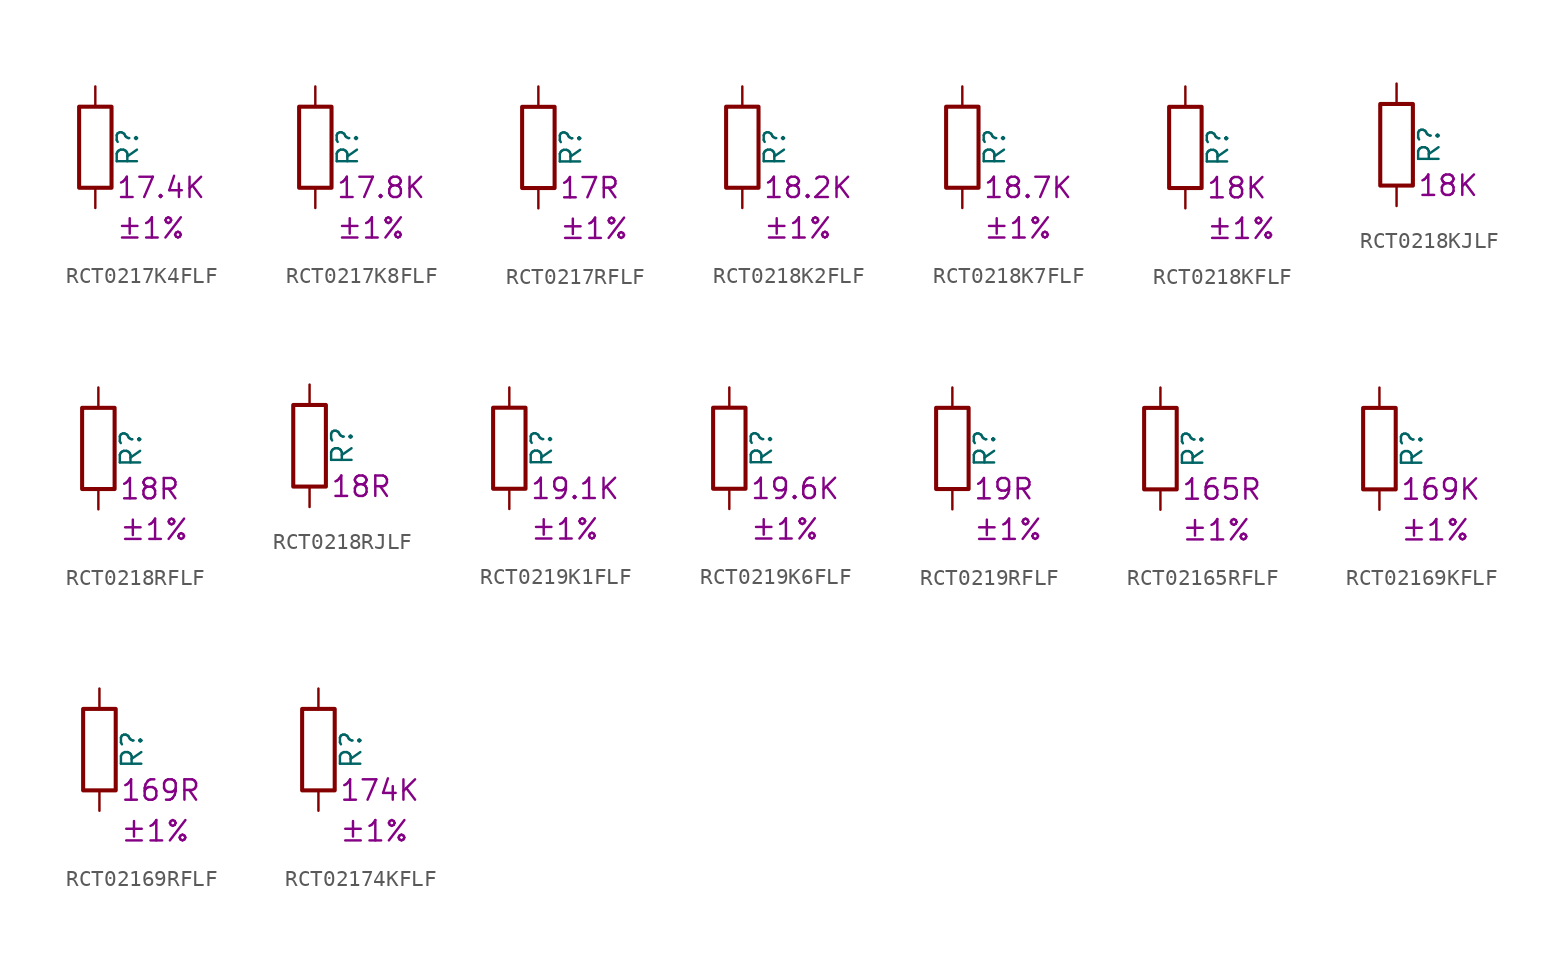
<source format=kicad_sym>
(kicad_symbol_lib
  (version 20220914)
  (generator kicad_symbol_editor)
  (symbol "RCT0217K4FLF"
    (pin_numbers hide)
    (pin_names
      (offset 0))
    (property "Reference" "R"
      (at 2.032 0 90)
      (effects (font (size 1.27 1.27))))
    (property "Resistance" "17.4K"
      (at 1.27 -2.54 0)
      (effects (font (size 1.27 1.27)) (justify left)))
    (property "Tolerance" "±1%"
      (at 1.27 -5.08 0)
      (effects (font (size 1.27 1.27)) (justify left)))
    (symbol "RCT0217K4FLF_0_1"
      (rectangle (start -1.016 -2.54) (end 1.016 2.54) (stroke (width 0.254) (type default)) (fill (type none))))
    (symbol "RCT0217K4FLF_1_1"
      (pin passive line (at 0 3.81 270) (length 1.27) (name "~" (effects (font (size 1.27 1.27)))) (number "1" (effects (font (size 1.27 1.27)))))
      (pin passive line (at 0 -3.81 90) (length 1.27) (name "~" (effects (font (size 1.27 1.27)))) (number "2" (effects (font (size 1.27 1.27)))))))
  (symbol "RCT0217K8FLF"
    (pin_numbers hide)
    (pin_names
      (offset 0))
    (property "Reference" "R"
      (at 2.032 0 90)
      (effects (font (size 1.27 1.27))))
    (property "Resistance" "17.8K"
      (at 1.27 -2.54 0)
      (effects (font (size 1.27 1.27)) (justify left)))
    (property "Tolerance" "±1%"
      (at 1.27 -5.08 0)
      (effects (font (size 1.27 1.27)) (justify left)))
    (symbol "RCT0217K8FLF_0_1"
      (rectangle (start -1.016 -2.54) (end 1.016 2.54) (stroke (width 0.254) (type default)) (fill (type none))))
    (symbol "RCT0217K8FLF_1_1"
      (pin passive line (at 0 3.81 270) (length 1.27) (name "~" (effects (font (size 1.27 1.27)))) (number "1" (effects (font (size 1.27 1.27)))))
      (pin passive line (at 0 -3.81 90) (length 1.27) (name "~" (effects (font (size 1.27 1.27)))) (number "2" (effects (font (size 1.27 1.27)))))))
  (symbol "RCT0217RFLF"
    (pin_numbers hide)
    (pin_names
      (offset 0))
    (property "Reference" "R"
      (at 2.032 0 90)
      (effects (font (size 1.27 1.27))))
    (property "Resistance" "17R"
      (at 1.27 -2.54 0)
      (effects (font (size 1.27 1.27)) (justify left)))
    (property "Tolerance" "±1%"
      (at 1.27 -5.08 0)
      (effects (font (size 1.27 1.27)) (justify left)))
    (symbol "RCT0217RFLF_0_1"
      (rectangle (start -1.016 -2.54) (end 1.016 2.54) (stroke (width 0.254) (type default)) (fill (type none))))
    (symbol "RCT0217RFLF_1_1"
      (pin passive line (at 0 3.81 270) (length 1.27) (name "~" (effects (font (size 1.27 1.27)))) (number "1" (effects (font (size 1.27 1.27)))))
      (pin passive line (at 0 -3.81 90) (length 1.27) (name "~" (effects (font (size 1.27 1.27)))) (number "2" (effects (font (size 1.27 1.27)))))))
  (symbol "RCT0218K2FLF"
    (pin_numbers hide)
    (pin_names
      (offset 0))
    (property "Reference" "R"
      (at 2.032 0 90)
      (effects (font (size 1.27 1.27))))
    (property "Resistance" "18.2K"
      (at 1.27 -2.54 0)
      (effects (font (size 1.27 1.27)) (justify left)))
    (property "Tolerance" "±1%"
      (at 1.27 -5.08 0)
      (effects (font (size 1.27 1.27)) (justify left)))
    (symbol "RCT0218K2FLF_0_1"
      (rectangle (start -1.016 -2.54) (end 1.016 2.54) (stroke (width 0.254) (type default)) (fill (type none))))
    (symbol "RCT0218K2FLF_1_1"
      (pin passive line (at 0 3.81 270) (length 1.27) (name "~" (effects (font (size 1.27 1.27)))) (number "1" (effects (font (size 1.27 1.27)))))
      (pin passive line (at 0 -3.81 90) (length 1.27) (name "~" (effects (font (size 1.27 1.27)))) (number "2" (effects (font (size 1.27 1.27)))))))
  (symbol "RCT0218K7FLF"
    (pin_numbers hide)
    (pin_names
      (offset 0))
    (property "Reference" "R"
      (at 2.032 0 90)
      (effects (font (size 1.27 1.27))))
    (property "Resistance" "18.7K"
      (at 1.27 -2.54 0)
      (effects (font (size 1.27 1.27)) (justify left)))
    (property "Tolerance" "±1%"
      (at 1.27 -5.08 0)
      (effects (font (size 1.27 1.27)) (justify left)))
    (symbol "RCT0218K7FLF_0_1"
      (rectangle (start -1.016 -2.54) (end 1.016 2.54) (stroke (width 0.254) (type default)) (fill (type none))))
    (symbol "RCT0218K7FLF_1_1"
      (pin passive line (at 0 3.81 270) (length 1.27) (name "~" (effects (font (size 1.27 1.27)))) (number "1" (effects (font (size 1.27 1.27)))))
      (pin passive line (at 0 -3.81 90) (length 1.27) (name "~" (effects (font (size 1.27 1.27)))) (number "2" (effects (font (size 1.27 1.27)))))))
  (symbol "RCT0218KFLF"
    (pin_numbers hide)
    (pin_names
      (offset 0))
    (property "Reference" "R"
      (at 2.032 0 90)
      (effects (font (size 1.27 1.27))))
    (property "Resistance" "18K"
      (at 1.27 -2.54 0)
      (effects (font (size 1.27 1.27)) (justify left)))
    (property "Tolerance" "±1%"
      (at 1.27 -5.08 0)
      (effects (font (size 1.27 1.27)) (justify left)))
    (symbol "RCT0218KFLF_0_1"
      (rectangle (start -1.016 -2.54) (end 1.016 2.54) (stroke (width 0.254) (type default)) (fill (type none))))
    (symbol "RCT0218KFLF_1_1"
      (pin passive line (at 0 3.81 270) (length 1.27) (name "~" (effects (font (size 1.27 1.27)))) (number "1" (effects (font (size 1.27 1.27)))))
      (pin passive line (at 0 -3.81 90) (length 1.27) (name "~" (effects (font (size 1.27 1.27)))) (number "2" (effects (font (size 1.27 1.27)))))))
  (symbol "RCT0218KJLF"
    (pin_numbers hide)
    (pin_names
      (offset 0))
    (property "Reference" "R"
      (at 2.032 0 90)
      (effects (font (size 1.27 1.27))))
    (property "Resistance" "18K"
      (at 1.27 -2.54 0)
      (effects (font (size 1.27 1.27)) (justify left)))
    (symbol "RCT0218KJLF_0_1"
      (rectangle (start -1.016 -2.54) (end 1.016 2.54) (stroke (width 0.254) (type default)) (fill (type none))))
    (symbol "RCT0218KJLF_1_1"
      (pin passive line (at 0 3.81 270) (length 1.27) (name "~" (effects (font (size 1.27 1.27)))) (number "1" (effects (font (size 1.27 1.27)))))
      (pin passive line (at 0 -3.81 90) (length 1.27) (name "~" (effects (font (size 1.27 1.27)))) (number "2" (effects (font (size 1.27 1.27)))))))
  (symbol "RCT0218RFLF"
    (pin_numbers hide)
    (pin_names
      (offset 0))
    (property "Reference" "R"
      (at 2.032 0 90)
      (effects (font (size 1.27 1.27))))
    (property "Resistance" "18R"
      (at 1.27 -2.54 0)
      (effects (font (size 1.27 1.27)) (justify left)))
    (property "Tolerance" "±1%"
      (at 1.27 -5.08 0)
      (effects (font (size 1.27 1.27)) (justify left)))
    (symbol "RCT0218RFLF_0_1"
      (rectangle (start -1.016 -2.54) (end 1.016 2.54) (stroke (width 0.254) (type default)) (fill (type none))))
    (symbol "RCT0218RFLF_1_1"
      (pin passive line (at 0 3.81 270) (length 1.27) (name "~" (effects (font (size 1.27 1.27)))) (number "1" (effects (font (size 1.27 1.27)))))
      (pin passive line (at 0 -3.81 90) (length 1.27) (name "~" (effects (font (size 1.27 1.27)))) (number "2" (effects (font (size 1.27 1.27)))))))
  (symbol "RCT0218RJLF"
    (pin_numbers hide)
    (pin_names
      (offset 0))
    (property "Reference" "R"
      (at 2.032 0 90)
      (effects (font (size 1.27 1.27))))
    (property "Resistance" "18R"
      (at 1.27 -2.54 0)
      (effects (font (size 1.27 1.27)) (justify left)))
    (symbol "RCT0218RJLF_0_1"
      (rectangle (start -1.016 -2.54) (end 1.016 2.54) (stroke (width 0.254) (type default)) (fill (type none))))
    (symbol "RCT0218RJLF_1_1"
      (pin passive line (at 0 3.81 270) (length 1.27) (name "~" (effects (font (size 1.27 1.27)))) (number "1" (effects (font (size 1.27 1.27)))))
      (pin passive line (at 0 -3.81 90) (length 1.27) (name "~" (effects (font (size 1.27 1.27)))) (number "2" (effects (font (size 1.27 1.27)))))))
  (symbol "RCT0219K1FLF"
    (pin_numbers hide)
    (pin_names
      (offset 0))
    (property "Reference" "R"
      (at 2.032 0 90)
      (effects (font (size 1.27 1.27))))
    (property "Resistance" "19.1K"
      (at 1.27 -2.54 0)
      (effects (font (size 1.27 1.27)) (justify left)))
    (property "Tolerance" "±1%"
      (at 1.27 -5.08 0)
      (effects (font (size 1.27 1.27)) (justify left)))
    (symbol "RCT0219K1FLF_0_1"
      (rectangle (start -1.016 -2.54) (end 1.016 2.54) (stroke (width 0.254) (type default)) (fill (type none))))
    (symbol "RCT0219K1FLF_1_1"
      (pin passive line (at 0 3.81 270) (length 1.27) (name "~" (effects (font (size 1.27 1.27)))) (number "1" (effects (font (size 1.27 1.27)))))
      (pin passive line (at 0 -3.81 90) (length 1.27) (name "~" (effects (font (size 1.27 1.27)))) (number "2" (effects (font (size 1.27 1.27)))))))
  (symbol "RCT0219K6FLF"
    (pin_numbers hide)
    (pin_names
      (offset 0))
    (property "Reference" "R"
      (at 2.032 0 90)
      (effects (font (size 1.27 1.27))))
    (property "Resistance" "19.6K"
      (at 1.27 -2.54 0)
      (effects (font (size 1.27 1.27)) (justify left)))
    (property "Tolerance" "±1%"
      (at 1.27 -5.08 0)
      (effects (font (size 1.27 1.27)) (justify left)))
    (symbol "RCT0219K6FLF_0_1"
      (rectangle (start -1.016 -2.54) (end 1.016 2.54) (stroke (width 0.254) (type default)) (fill (type none))))
    (symbol "RCT0219K6FLF_1_1"
      (pin passive line (at 0 3.81 270) (length 1.27) (name "~" (effects (font (size 1.27 1.27)))) (number "1" (effects (font (size 1.27 1.27)))))
      (pin passive line (at 0 -3.81 90) (length 1.27) (name "~" (effects (font (size 1.27 1.27)))) (number "2" (effects (font (size 1.27 1.27)))))))
  (symbol "RCT0219RFLF"
    (pin_numbers hide)
    (pin_names
      (offset 0))
    (property "Reference" "R"
      (at 2.032 0 90)
      (effects (font (size 1.27 1.27))))
    (property "Resistance" "19R"
      (at 1.27 -2.54 0)
      (effects (font (size 1.27 1.27)) (justify left)))
    (property "Tolerance" "±1%"
      (at 1.27 -5.08 0)
      (effects (font (size 1.27 1.27)) (justify left)))
    (symbol "RCT0219RFLF_0_1"
      (rectangle (start -1.016 -2.54) (end 1.016 2.54) (stroke (width 0.254) (type default)) (fill (type none))))
    (symbol "RCT0219RFLF_1_1"
      (pin passive line (at 0 3.81 270) (length 1.27) (name "~" (effects (font (size 1.27 1.27)))) (number "1" (effects (font (size 1.27 1.27)))))
      (pin passive line (at 0 -3.81 90) (length 1.27) (name "~" (effects (font (size 1.27 1.27)))) (number "2" (effects (font (size 1.27 1.27)))))))
  (symbol "RCT02165RFLF"
    (pin_numbers hide)
    (pin_names
      (offset 0))
    (property "Reference" "R"
      (at 2.032 0 90)
      (effects (font (size 1.27 1.27))))
    (property "Resistance" "165R"
      (at 1.27 -2.54 0)
      (effects (font (size 1.27 1.27)) (justify left)))
    (property "Tolerance" "±1%"
      (at 1.27 -5.08 0)
      (effects (font (size 1.27 1.27)) (justify left)))
    (symbol "RCT02165RFLF_0_1"
      (rectangle (start -1.016 -2.54) (end 1.016 2.54) (stroke (width 0.254) (type default)) (fill (type none))))
    (symbol "RCT02165RFLF_1_1"
      (pin passive line (at 0 3.81 270) (length 1.27) (name "~" (effects (font (size 1.27 1.27)))) (number "1" (effects (font (size 1.27 1.27)))))
      (pin passive line (at 0 -3.81 90) (length 1.27) (name "~" (effects (font (size 1.27 1.27)))) (number "2" (effects (font (size 1.27 1.27)))))))
  (symbol "RCT02169KFLF"
    (pin_numbers hide)
    (pin_names
      (offset 0))
    (property "Reference" "R"
      (at 2.032 0 90)
      (effects (font (size 1.27 1.27))))
    (property "Resistance" "169K"
      (at 1.27 -2.54 0)
      (effects (font (size 1.27 1.27)) (justify left)))
    (property "Tolerance" "±1%"
      (at 1.27 -5.08 0)
      (effects (font (size 1.27 1.27)) (justify left)))
    (symbol "RCT02169KFLF_0_1"
      (rectangle (start -1.016 -2.54) (end 1.016 2.54) (stroke (width 0.254) (type default)) (fill (type none))))
    (symbol "RCT02169KFLF_1_1"
      (pin passive line (at 0 3.81 270) (length 1.27) (name "~" (effects (font (size 1.27 1.27)))) (number "1" (effects (font (size 1.27 1.27)))))
      (pin passive line (at 0 -3.81 90) (length 1.27) (name "~" (effects (font (size 1.27 1.27)))) (number "2" (effects (font (size 1.27 1.27)))))))
  (symbol "RCT02169RFLF"
    (pin_numbers hide)
    (pin_names
      (offset 0))
    (property "Reference" "R"
      (at 2.032 0 90)
      (effects (font (size 1.27 1.27))))
    (property "Resistance" "169R"
      (at 1.27 -2.54 0)
      (effects (font (size 1.27 1.27)) (justify left)))
    (property "Tolerance" "±1%"
      (at 1.27 -5.08 0)
      (effects (font (size 1.27 1.27)) (justify left)))
    (symbol "RCT02169RFLF_0_1"
      (rectangle (start -1.016 -2.54) (end 1.016 2.54) (stroke (width 0.254) (type default)) (fill (type none))))
    (symbol "RCT02169RFLF_1_1"
      (pin passive line (at 0 3.81 270) (length 1.27) (name "~" (effects (font (size 1.27 1.27)))) (number "1" (effects (font (size 1.27 1.27)))))
      (pin passive line (at 0 -3.81 90) (length 1.27) (name "~" (effects (font (size 1.27 1.27)))) (number "2" (effects (font (size 1.27 1.27)))))))
  (symbol "RCT02174KFLF"
    (pin_numbers hide)
    (pin_names
      (offset 0))
    (property "Reference" "R"
      (at 2.032 0 90)
      (effects (font (size 1.27 1.27))))
    (property "Resistance" "174K"
      (at 1.27 -2.54 0)
      (effects (font (size 1.27 1.27)) (justify left)))
    (property "Tolerance" "±1%"
      (at 1.27 -5.08 0)
      (effects (font (size 1.27 1.27)) (justify left)))
    (symbol "RCT02174KFLF_0_1"
      (rectangle (start -1.016 -2.54) (end 1.016 2.54) (stroke (width 0.254) (type default)) (fill (type none))))
    (symbol "RCT02174KFLF_1_1"
      (pin passive line (at 0 3.81 270) (length 1.27) (name "~" (effects (font (size 1.27 1.27)))) (number "1" (effects (font (size 1.27 1.27)))))
      (pin passive line (at 0 -3.81 90) (length 1.27) (name "~" (effects (font (size 1.27 1.27)))) (number "2" (effects (font (size 1.27 1.27))))))))
</source>
